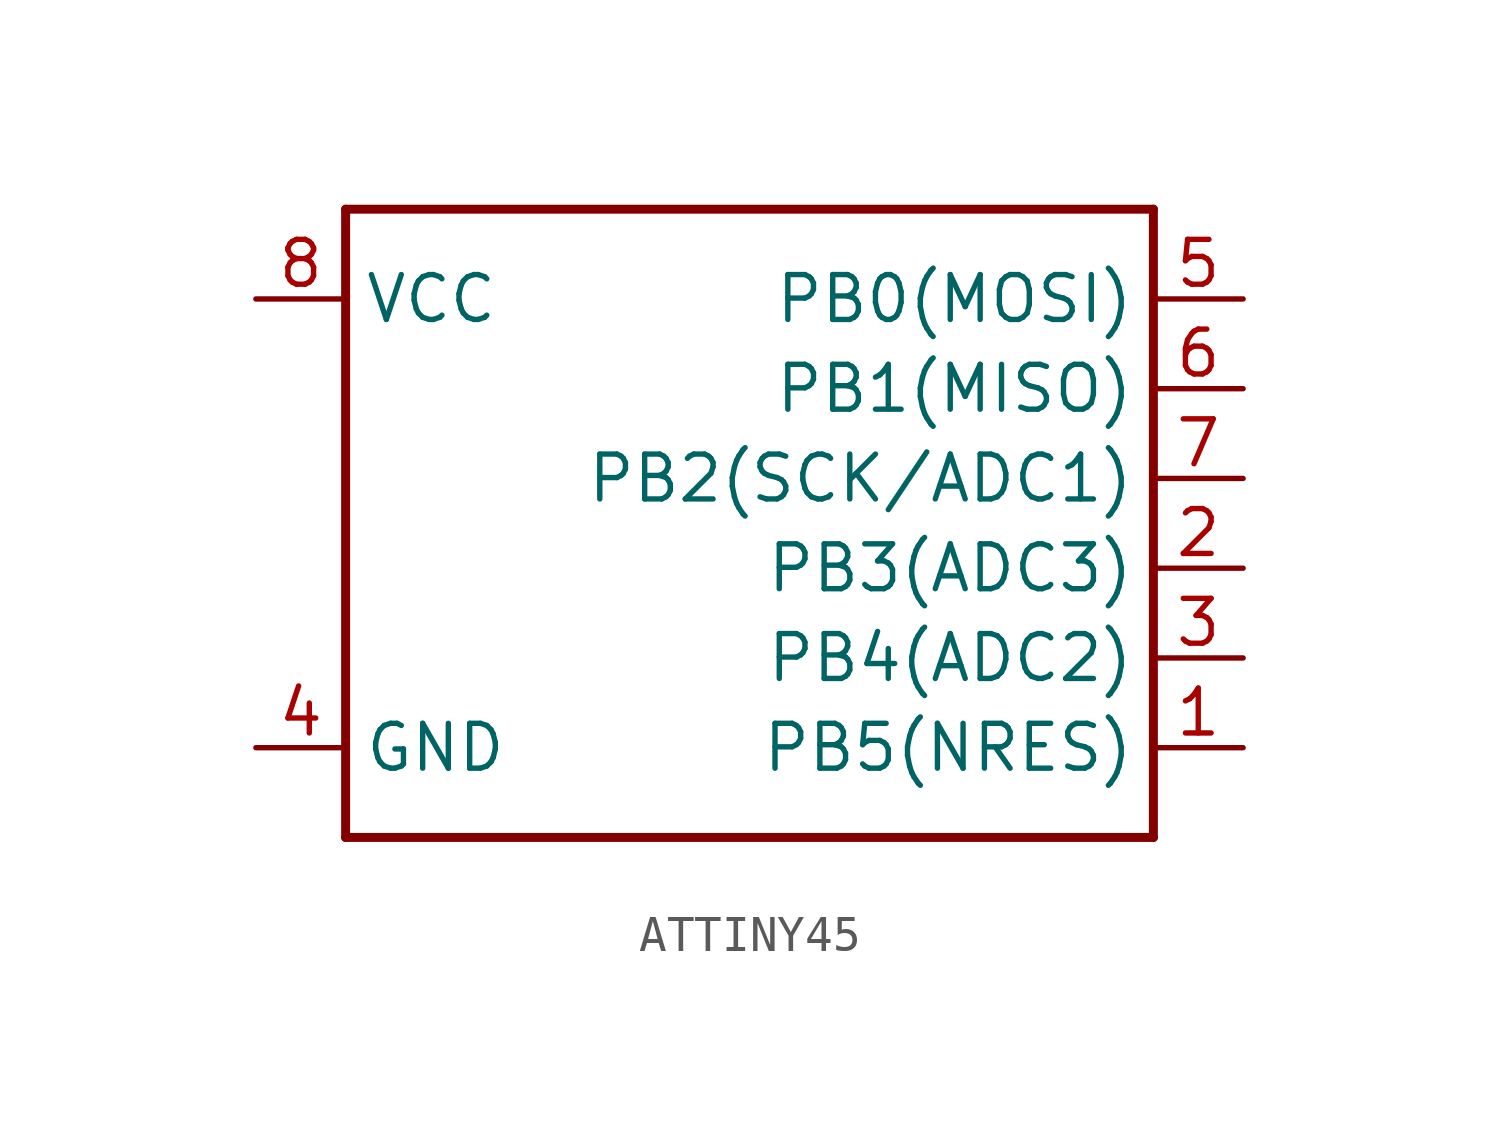
<source format=kicad_sym>
(kicad_symbol_lib
  (version 20220914)
  (generator kicad_symbol_editor)
  (symbol "ATTINY45"
    (property "Reference" ""
      (at -12.7 10.16 0)
      (effects (font (size 1.778 1.511)) (justify left bottom) hide))
    (property "ki_locked" ""
      (at 0 0 0)
      (effects (font (size 1.27 1.27))))
    (symbol "ATTINY45_1_0"
      (polyline (pts (xy -12.7 -7.62) (xy -12.7 10.16)) (stroke (width 0.254) (type solid)) (fill (type none)))
      (polyline (pts (xy -12.7 10.16) (xy 10.16 10.16)) (stroke (width 0.254) (type solid)) (fill (type none)))
      (polyline (pts (xy 10.16 -7.62) (xy -12.7 -7.62)) (stroke (width 0.254) (type solid)) (fill (type none)))
      (polyline (pts (xy 10.16 10.16) (xy 10.16 -7.62)) (stroke (width 0.254) (type solid)) (fill (type none)))
      (pin bidirectional line (at 12.7 -5.08 180) (length 2.54) (name "PB5(NRES)" (effects (font (size 1.27 1.27)))) (number "1" (effects (font (size 1.27 1.27)))))
      (pin bidirectional line (at 12.7 0 180) (length 2.54) (name "PB3(ADC3)" (effects (font (size 1.27 1.27)))) (number "2" (effects (font (size 1.27 1.27)))))
      (pin bidirectional line (at 12.7 -2.54 180) (length 2.54) (name "PB4(ADC2)" (effects (font (size 1.27 1.27)))) (number "3" (effects (font (size 1.27 1.27)))))
      (pin bidirectional line (at -15.24 -5.08 0) (length 2.54) (name "GND" (effects (font (size 1.27 1.27)))) (number "4" (effects (font (size 1.27 1.27)))))
      (pin bidirectional line (at 12.7 7.62 180) (length 2.54) (name "PB0(MOSI)" (effects (font (size 1.27 1.27)))) (number "5" (effects (font (size 1.27 1.27)))))
      (pin bidirectional line (at 12.7 5.08 180) (length 2.54) (name "PB1(MISO)" (effects (font (size 1.27 1.27)))) (number "6" (effects (font (size 1.27 1.27)))))
      (pin bidirectional line (at 12.7 2.54 180) (length 2.54) (name "PB2(SCK/ADC1)" (effects (font (size 1.27 1.27)))) (number "7" (effects (font (size 1.27 1.27)))))
      (pin bidirectional line (at -15.24 7.62 0) (length 2.54) (name "VCC" (effects (font (size 1.27 1.27)))) (number "8" (effects (font (size 1.27 1.27))))))))
</source>
